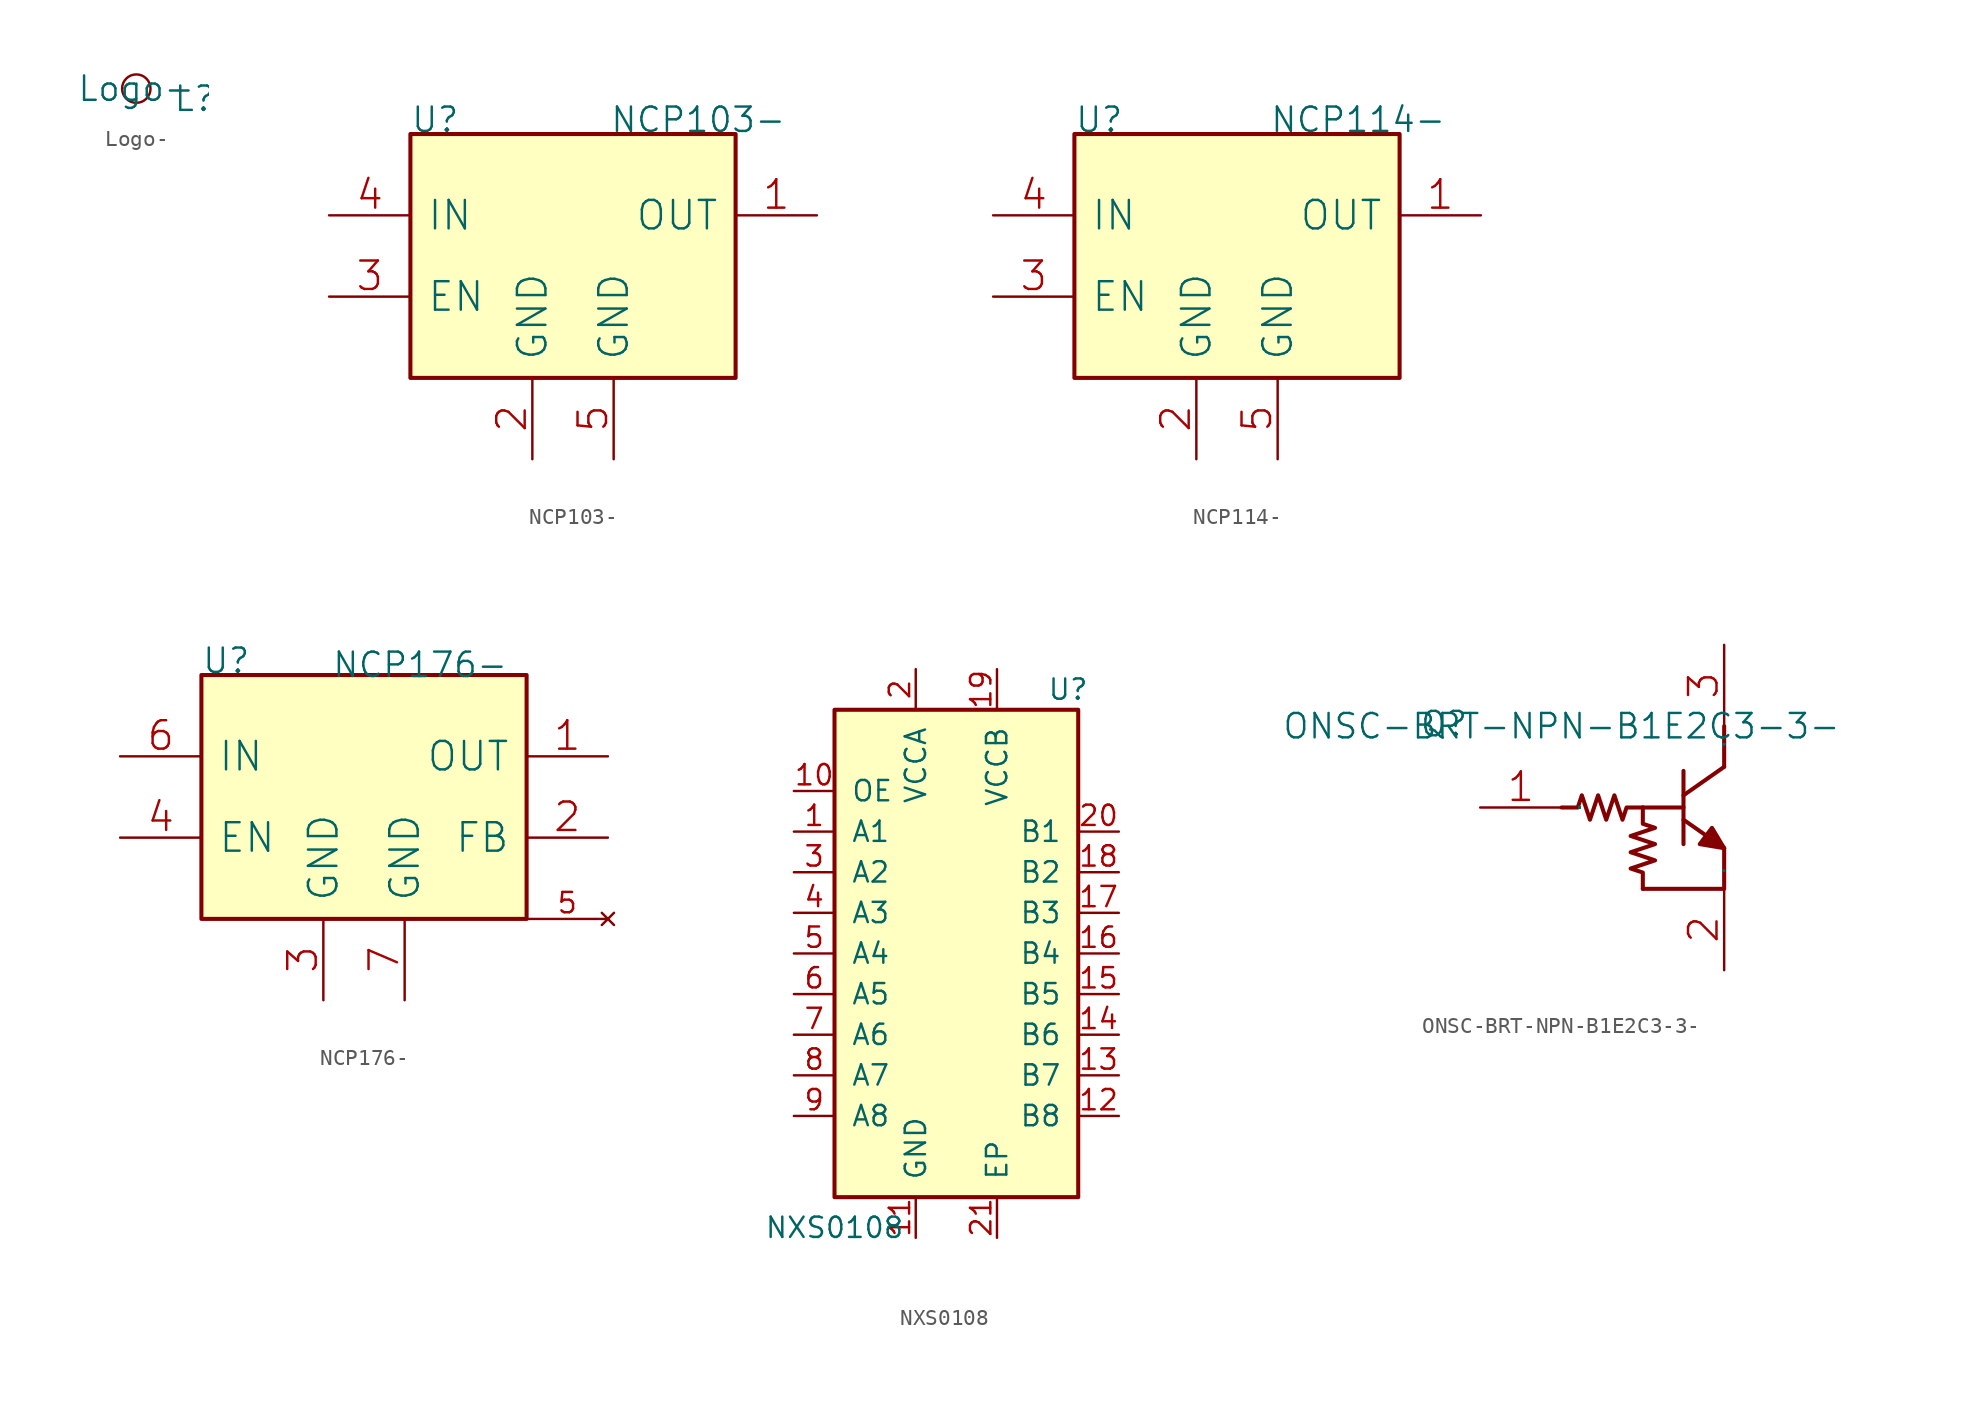
<source format=kicad_sym>
(kicad_symbol_lib
  (version 20211014)
  (generator kicad_symbol_editor)
  (symbol "Logo-"
    (pin_names
      (offset 1.016))
    (property "Reference" "L"
      (at 2.286 -1.524 0)
      (effects (font (size 1.524 1.524)) (justify left bottom)))
    (property "Value" "Logo-"
      (at 0 0 0)
      (effects (font (size 1.524 1.524))))
    (property "Footprint" ""
      (at 0 0 0)
      (effects (font (size 1.524 1.524))))
    (property "Datasheet" ""
      (at 0 0 0)
      (effects (font (size 1.524 1.524))))
    (symbol "Logo-_0_0"
      (circle (center 0 0) (radius 0.889) (stroke (width 0) (type default) (color 0 0 0 0)) (fill (type none)))))
  (symbol "NCP103-"
    (pin_names
      (offset 1.016))
    (property "Reference" "U"
      (at 0 15.24 0)
      (effects (font (size 1.524 1.524)) (justify left bottom)))
    (property "Value" "NCP103-"
      (at 12.446 15.24 0)
      (effects (font (size 1.524 1.524)) (justify left bottom)))
    (symbol "NCP103-_0_1"
      (rectangle (start 0 0) (end 20.32 15.24) (stroke (width 0.254) (type default) (color 0 0 0 0)) (fill (type background)))
      (pin power_out line (at 25.4 10.16 180) (length 5.08) (name "OUT" (effects (font (size 1.778 1.778)))) (number "1" (effects (font (size 1.778 1.778)))))
      (pin power_in line (at 7.62 -5.08 90) (length 5.08) (name "GND" (effects (font (size 1.778 1.778)))) (number "2" (effects (font (size 1.778 1.778)))))
      (pin input line (at -5.08 5.08 0) (length 5.08) (name "EN" (effects (font (size 1.778 1.778)))) (number "3" (effects (font (size 1.778 1.778)))))
      (pin power_in line (at -5.08 10.16 0) (length 5.08) (name "IN" (effects (font (size 1.778 1.778)))) (number "4" (effects (font (size 1.778 1.778)))))
      (pin power_in line (at 12.7 -5.08 90) (length 5.08) (name "GND" (effects (font (size 1.778 1.778)))) (number "5" (effects (font (size 1.778 1.778)))))))
  (symbol "NCP114-"
    (pin_names
      (offset 1.016))
    (property "Reference" "U"
      (at 0 15.24 0)
      (effects (font (size 1.524 1.524)) (justify left bottom)))
    (property "Value" "NCP114-"
      (at 12.192 15.24 0)
      (effects (font (size 1.524 1.524)) (justify left bottom)))
    (symbol "NCP114-_0_1"
      (rectangle (start 0 0) (end 20.32 15.24) (stroke (width 0.254) (type default) (color 0 0 0 0)) (fill (type background)))
      (pin power_out line (at 25.4 10.16 180) (length 5.08) (name "OUT" (effects (font (size 1.778 1.778)))) (number "1" (effects (font (size 1.778 1.778)))))
      (pin power_in line (at 7.62 -5.08 90) (length 5.08) (name "GND" (effects (font (size 1.778 1.778)))) (number "2" (effects (font (size 1.778 1.778)))))
      (pin input line (at -5.08 5.08 0) (length 5.08) (name "EN" (effects (font (size 1.778 1.778)))) (number "3" (effects (font (size 1.778 1.778)))))
      (pin power_in line (at -5.08 10.16 0) (length 5.08) (name "IN" (effects (font (size 1.778 1.778)))) (number "4" (effects (font (size 1.778 1.778)))))
      (pin power_in line (at 12.7 -5.08 90) (length 5.08) (name "GND" (effects (font (size 1.778 1.778)))) (number "5" (effects (font (size 1.778 1.778)))))))
  (symbol "NCP176-"
    (pin_names
      (offset 1.016))
    (property "Reference" "U"
      (at 0 15.24 0)
      (effects (font (size 1.524 1.524)) (justify left bottom)))
    (property "Value" "NCP176-"
      (at 8.128 14.986 0)
      (effects (font (size 1.524 1.524)) (justify left bottom)))
    (symbol "NCP176-_0_1"
      (rectangle (start 0 0) (end 20.32 15.24) (stroke (width 0.254) (type default) (color 0 0 0 0)) (fill (type background)))
      (pin power_out line (at 25.4 10.16 180) (length 5.08) (name "OUT" (effects (font (size 1.778 1.778)))) (number "1" (effects (font (size 1.778 1.778)))))
      (pin power_in line (at 25.4 5.08 180) (length 5.08) (name "FB" (effects (font (size 1.778 1.778)))) (number "2" (effects (font (size 1.778 1.778)))))
      (pin power_in line (at 7.62 -5.08 90) (length 5.08) (name "GND" (effects (font (size 1.778 1.778)))) (number "3" (effects (font (size 1.778 1.778)))))
      (pin input line (at -5.08 5.08 0) (length 5.08) (name "EN" (effects (font (size 1.778 1.778)))) (number "4" (effects (font (size 1.778 1.778)))))
      (pin power_in line (at -5.08 10.16 0) (length 5.08) (name "IN" (effects (font (size 1.778 1.778)))) (number "6" (effects (font (size 1.778 1.778)))))
      (pin power_in line (at 12.7 -5.08 90) (length 5.08) (name "GND" (effects (font (size 1.778 1.778)))) (number "7" (effects (font (size 1.778 1.778))))))
    (symbol "NCP176-_1_1"
      (pin no_connect line (at 25.4 0 180) (length 5.08) (name "" (effects (font (size 1.27 1.27)))) (number "5" (effects (font (size 1.27 1.27)))))))
  (symbol "NXS0108"
    (pin_names
      (offset 1.016))
    (property "Reference" "U"
      (at 6.985 16.51 0)
      (effects (font (size 1.27 1.27))))
    (property "Value" "NXS0108"
      (at -7.62 -17.145 0)
      (effects (font (size 1.27 1.27))))
    (symbol "NXS0108_1_1"
      (rectangle (start -7.62 15.24) (end 7.62 -15.24) (stroke (width 0.254) (type default) (color 0 0 0 0)) (fill (type background)))
      (pin bidirectional line (at -10.16 7.62 0) (length 2.54) (name "A1" (effects (font (size 1.27 1.27)))) (number "1" (effects (font (size 1.27 1.27)))))
      (pin input line (at -10.16 10.16 0) (length 2.54) (name "OE" (effects (font (size 1.27 1.27)))) (number "10" (effects (font (size 1.27 1.27)))))
      (pin power_in line (at -2.54 -17.78 90) (length 2.54) (name "GND" (effects (font (size 1.27 1.27)))) (number "11" (effects (font (size 1.27 1.27)))))
      (pin bidirectional line (at 10.16 -10.16 180) (length 2.54) (name "B8" (effects (font (size 1.27 1.27)))) (number "12" (effects (font (size 1.27 1.27)))))
      (pin bidirectional line (at 10.16 -7.62 180) (length 2.54) (name "B7" (effects (font (size 1.27 1.27)))) (number "13" (effects (font (size 1.27 1.27)))))
      (pin bidirectional line (at 10.16 -5.08 180) (length 2.54) (name "B6" (effects (font (size 1.27 1.27)))) (number "14" (effects (font (size 1.27 1.27)))))
      (pin bidirectional line (at 10.16 -2.54 180) (length 2.54) (name "B5" (effects (font (size 1.27 1.27)))) (number "15" (effects (font (size 1.27 1.27)))))
      (pin bidirectional line (at 10.16 0 180) (length 2.54) (name "B4" (effects (font (size 1.27 1.27)))) (number "16" (effects (font (size 1.27 1.27)))))
      (pin bidirectional line (at 10.16 2.54 180) (length 2.54) (name "B3" (effects (font (size 1.27 1.27)))) (number "17" (effects (font (size 1.27 1.27)))))
      (pin bidirectional line (at 10.16 5.08 180) (length 2.54) (name "B2" (effects (font (size 1.27 1.27)))) (number "18" (effects (font (size 1.27 1.27)))))
      (pin power_in line (at 2.54 17.78 270) (length 2.54) (name "VCCB" (effects (font (size 1.27 1.27)))) (number "19" (effects (font (size 1.27 1.27)))))
      (pin power_in line (at -2.54 17.78 270) (length 2.54) (name "VCCA" (effects (font (size 1.27 1.27)))) (number "2" (effects (font (size 1.27 1.27)))))
      (pin bidirectional line (at 10.16 7.62 180) (length 2.54) (name "B1" (effects (font (size 1.27 1.27)))) (number "20" (effects (font (size 1.27 1.27)))))
      (pin passive line (at 2.54 -17.78 90) (length 2.54) (name "EP" (effects (font (size 1.27 1.27)))) (number "21" (effects (font (size 1.27 1.27)))))
      (pin bidirectional line (at -10.16 5.08 0) (length 2.54) (name "A2" (effects (font (size 1.27 1.27)))) (number "3" (effects (font (size 1.27 1.27)))))
      (pin bidirectional line (at -10.16 2.54 0) (length 2.54) (name "A3" (effects (font (size 1.27 1.27)))) (number "4" (effects (font (size 1.27 1.27)))))
      (pin bidirectional line (at -10.16 0 0) (length 2.54) (name "A4" (effects (font (size 1.27 1.27)))) (number "5" (effects (font (size 1.27 1.27)))))
      (pin bidirectional line (at -10.16 -2.54 0) (length 2.54) (name "A5" (effects (font (size 1.27 1.27)))) (number "6" (effects (font (size 1.27 1.27)))))
      (pin bidirectional line (at -10.16 -5.08 0) (length 2.54) (name "A6" (effects (font (size 1.27 1.27)))) (number "7" (effects (font (size 1.27 1.27)))))
      (pin bidirectional line (at -10.16 -7.62 0) (length 2.54) (name "A7" (effects (font (size 1.27 1.27)))) (number "8" (effects (font (size 1.27 1.27)))))
      (pin bidirectional line (at -10.16 -10.16 0) (length 2.54) (name "A8" (effects (font (size 1.27 1.27)))) (number "9" (effects (font (size 1.27 1.27)))))))
  (symbol "ONSC-BRT-NPN-B1E2C3-3-"
    (pin_names
      (offset 1.016))
    (property "Reference" "Q"
      (at -8.89 -0.762 0)
      (effects (font (size 1.524 1.524)) (justify left bottom)))
    (property "Value" "ONSC-BRT-NPN-B1E2C3-3-"
      (at 0 0 0)
      (effects (font (size 1.524 1.524))))
    (symbol "ONSC-BRT-NPN-B1E2C3-3-_0_1"
      (polyline (pts (xy 5.08 -5.08) (xy 7.62 -5.08)) (stroke (width 0.254) (type default) (color 0 0 0 0)) (fill (type none)))
      (polyline (pts (xy 7.62 -5.842) (xy 10.16 -7.62)) (stroke (width 0.254) (type default) (color 0 0 0 0)) (fill (type none)))
      (polyline (pts (xy 7.62 -2.794) (xy 7.62 -7.366)) (stroke (width 0.254) (type default) (color 0 0 0 0)) (fill (type none)))
      (polyline (pts (xy 10.16 -2.54) (xy 7.62 -4.318)) (stroke (width 0.254) (type default) (color 0 0 0 0)) (fill (type none)))
      (polyline (pts (xy 10.16 0) (xy 10.16 -2.54)) (stroke (width 0.254) (type default) (color 0 0 0 0)) (fill (type none)))
      (polyline (pts (xy 5.08 -10.16) (xy 10.16 -10.16) (xy 10.16 -7.62)) (stroke (width 0.254) (type default) (color 0 0 0 0)) (fill (type none)))
      (polyline (pts (xy 10.16 -7.62) (xy 9.398 -6.35) (xy 8.636 -7.366) (xy 10.16 -7.62)) (stroke (width 0.254) (type default) (color 0 0 0 0)) (fill (type outline)))
      (polyline (pts (xy 0 -5.08) (xy 1.016 -5.08) (xy 1.27 -4.318) (xy 1.778 -5.842) (xy 2.286 -4.318) (xy 2.794 -5.842) (xy 3.302 -4.318) (xy 3.81 -5.842) (xy 4.064 -5.08) (xy 5.08 -5.08)) (stroke (width 0.254) (type default) (color 0 0 0 0)) (fill (type none)))
      (polyline (pts (xy 5.08 -10.16) (xy 5.08 -9.144) (xy 4.318 -8.89) (xy 5.842 -8.382) (xy 4.318 -7.874) (xy 5.842 -7.366) (xy 4.318 -6.858) (xy 5.842 -6.35) (xy 5.08 -6.096) (xy 5.08 -5.08)) (stroke (width 0.254) (type default) (color 0 0 0 0)) (fill (type none)))
      (pin passive line (at -5.08 -5.08 0) (length 5.08) (name "B" (effects (font (size 0.025 0.025)))) (number "1" (effects (font (size 1.778 1.778)))))
      (pin passive line (at 10.16 -15.24 90) (length 5.08) (name "E" (effects (font (size 0.025 0.025)))) (number "2" (effects (font (size 1.778 1.778)))))
      (pin passive line (at 10.16 5.08 270) (length 5.08) (name "C" (effects (font (size 0.025 0.025)))) (number "3" (effects (font (size 1.778 1.778))))))))
</source>
